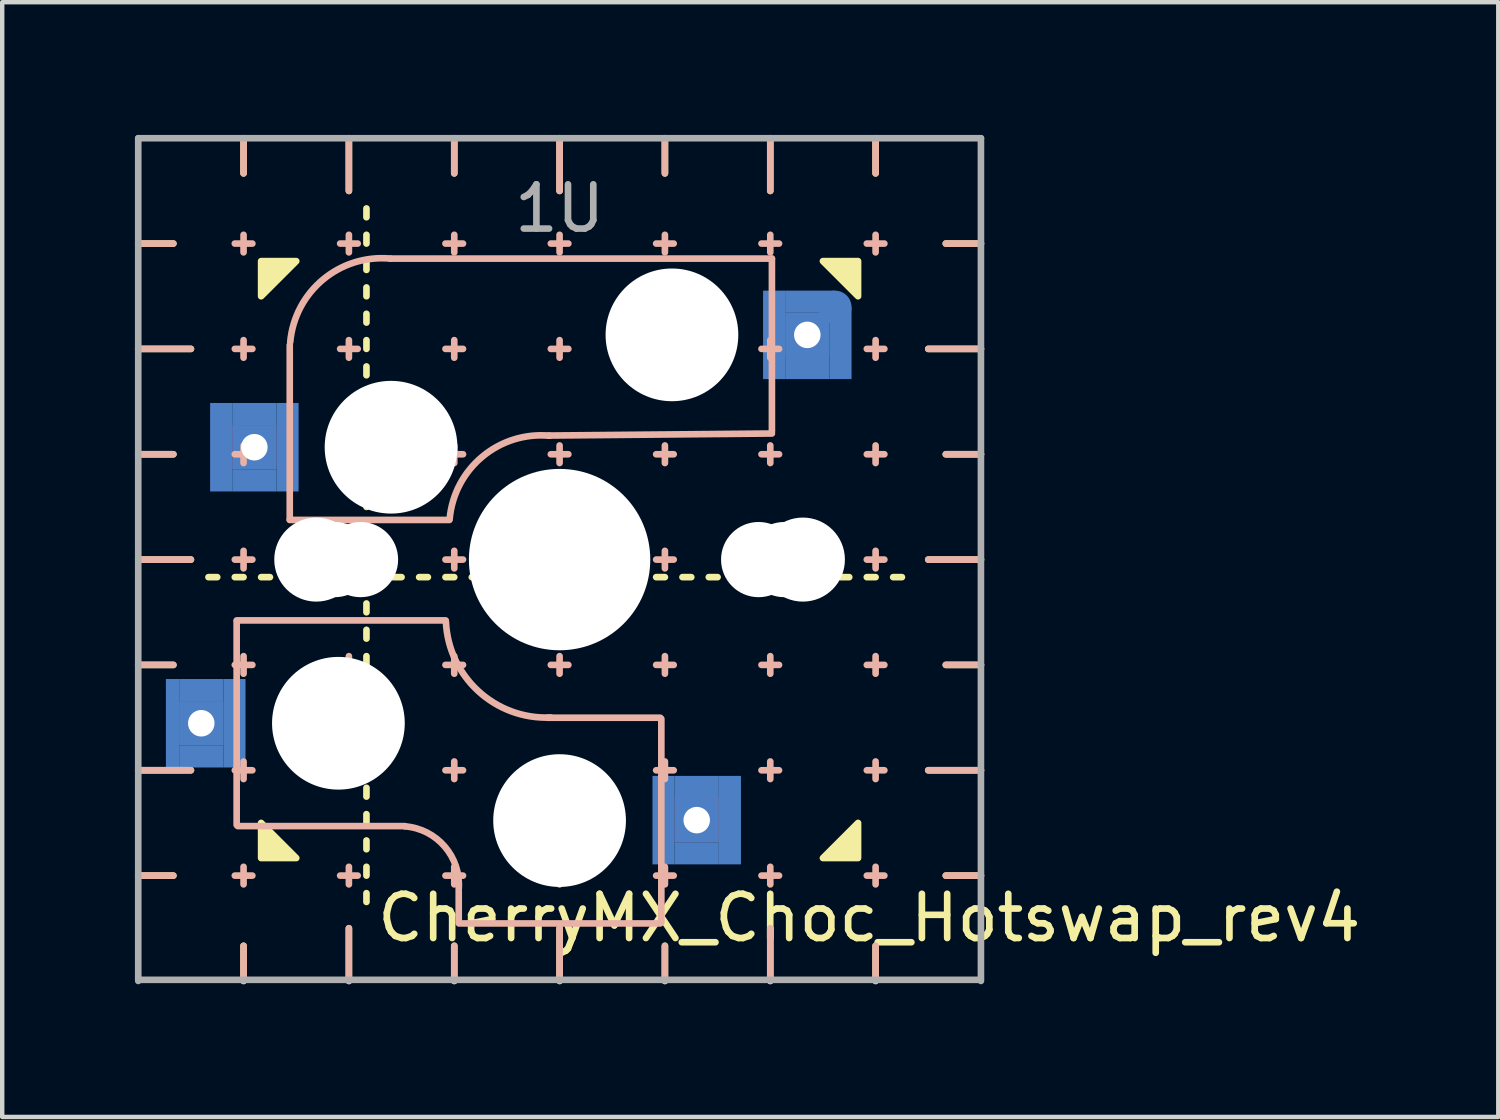
<source format=kicad_pcb>
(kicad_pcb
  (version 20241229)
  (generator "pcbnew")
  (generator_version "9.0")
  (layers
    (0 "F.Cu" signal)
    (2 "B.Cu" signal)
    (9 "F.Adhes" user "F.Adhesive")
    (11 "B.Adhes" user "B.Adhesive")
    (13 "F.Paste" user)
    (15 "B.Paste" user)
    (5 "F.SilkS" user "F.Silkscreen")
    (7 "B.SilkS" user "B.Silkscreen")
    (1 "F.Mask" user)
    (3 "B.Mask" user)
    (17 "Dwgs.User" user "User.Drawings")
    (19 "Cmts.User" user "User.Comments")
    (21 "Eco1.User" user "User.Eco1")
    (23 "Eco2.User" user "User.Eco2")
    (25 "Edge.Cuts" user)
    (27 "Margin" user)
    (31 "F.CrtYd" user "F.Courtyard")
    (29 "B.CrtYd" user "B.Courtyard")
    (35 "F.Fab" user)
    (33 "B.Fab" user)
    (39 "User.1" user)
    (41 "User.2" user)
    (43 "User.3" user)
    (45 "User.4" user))
  (footprint "CherryMX_Choc_Hotswap_rev4"
    (layer "F.Cu")
    (at 9.6 9.6)
    (property "Reference" "CherryMX_Choc_Hotswap_rev4" (at 7 8.1 0) (layer "F.SilkS") (effects (font (size 1 1) (thickness 0.15))))
    (attr through_hole)
    (fp_line (start -8.731 -7.144) (end -9.525 -7.144) (stroke (width 0.15) (type solid)) (layer "F.SilkS"))
    (fp_line (start -8.731 -2.381) (end -9.525 -2.381) (stroke (width 0.15) (type solid)) (layer "F.SilkS"))
    (fp_line (start -8.731 2.381) (end -9.525 2.381) (stroke (width 0.15) (type solid)) (layer "F.SilkS"))
    (fp_line (start -8.731 7.144) (end -9.525 7.144) (stroke (width 0.15) (type solid)) (layer "F.SilkS"))
    (fp_line (start -8.334 -4.763) (end -9.525 -4.763) (stroke (width 0.15) (type solid)) (layer "F.SilkS"))
    (fp_line (start -8.334 0) (end -9.525 0) (stroke (width 0.15) (type solid)) (layer "F.SilkS"))
    (fp_line (start -8.334 4.763) (end -9.525 4.763) (stroke (width 0.15) (type solid)) (layer "F.SilkS"))
    (fp_line (start -7.938 0.397) (end -7.739 0.397) (stroke (width 0.15) (type solid)) (layer "F.SilkS"))
    (fp_line (start -7.342 0.397) (end -7.144 0.397) (stroke (width 0.15) (type solid)) (layer "F.SilkS"))
    (fp_line (start -7.144 -8.731) (end -7.144 -9.525) (stroke (width 0.15) (type solid)) (layer "F.SilkS"))
    (fp_line (start -7.144 8.731) (end -7.144 9.525) (stroke (width 0.15) (type solid)) (layer "F.SilkS"))
    (fp_line (start -6.747 0.397) (end -6.548 0.397) (stroke (width 0.15) (type solid)) (layer "F.SilkS"))
    (fp_line (start -6.152 0.397) (end -5.953 0.397) (stroke (width 0.15) (type solid)) (layer "F.SilkS"))
    (fp_line (start -5.556 0.397) (end -5.358 0.397) (stroke (width 0.15) (type solid)) (layer "F.SilkS"))
    (fp_line (start -4.961 0.397) (end -4.763 0.397) (stroke (width 0.15) (type solid)) (layer "F.SilkS"))
    (fp_line (start -4.763 -8.334) (end -4.763 -9.525) (stroke (width 0.15) (type solid)) (layer "F.SilkS"))
    (fp_line (start -4.763 8.334) (end -4.763 9.525) (stroke (width 0.15) (type solid)) (layer "F.SilkS"))
    (fp_line (start -4.366 -7.938) (end -4.366 -7.739) (stroke (width 0.15) (type solid)) (layer "F.SilkS"))
    (fp_line (start -4.366 -7.342) (end -4.366 -7.144) (stroke (width 0.15) (type solid)) (layer "F.SilkS"))
    (fp_line (start -4.366 -6.747) (end -4.366 -6.548) (stroke (width 0.15) (type solid)) (layer "F.SilkS"))
    (fp_line (start -4.366 -6.152) (end -4.366 -5.953) (stroke (width 0.15) (type solid)) (layer "F.SilkS"))
    (fp_line (start -4.366 -5.556) (end -4.366 -5.358) (stroke (width 0.15) (type solid)) (layer "F.SilkS"))
    (fp_line (start -4.366 -4.961) (end -4.366 -4.763) (stroke (width 0.15) (type solid)) (layer "F.SilkS"))
    (fp_line (start -4.366 -4.366) (end -4.366 -4.167) (stroke (width 0.15) (type solid)) (layer "F.SilkS"))
    (fp_line (start -4.366 -3.77) (end -4.366 -3.572) (stroke (width 0.15) (type solid)) (layer "F.SilkS"))
    (fp_line (start -4.366 -3.175) (end -4.366 -2.977) (stroke (width 0.15) (type solid)) (layer "F.SilkS"))
    (fp_line (start -4.366 -2.58) (end -4.366 -2.381) (stroke (width 0.15) (type solid)) (layer "F.SilkS"))
    (fp_line (start -4.366 -1.984) (end -4.366 -1.786) (stroke (width 0.15) (type solid)) (layer "F.SilkS"))
    (fp_line (start -4.366 -1.389) (end -4.366 -1.191) (stroke (width 0.15) (type solid)) (layer "F.SilkS"))
    (fp_line (start -4.366 -0.794) (end -4.366 -0.595) (stroke (width 0.15) (type solid)) (layer "F.SilkS"))
    (fp_line (start -4.366 -0.198) (end -4.366 0) (stroke (width 0.15) (type solid)) (layer "F.SilkS"))
    (fp_line (start -4.366 0.397) (end -4.366 0.595) (stroke (width 0.15) (type solid)) (layer "F.SilkS"))
    (fp_line (start -4.366 0.397) (end -4.167 0.397) (stroke (width 0.15) (type solid)) (layer "F.SilkS"))
    (fp_line (start -4.366 0.992) (end -4.366 1.191) (stroke (width 0.15) (type solid)) (layer "F.SilkS"))
    (fp_line (start -4.366 1.588) (end -4.366 1.786) (stroke (width 0.15) (type solid)) (layer "F.SilkS"))
    (fp_line (start -4.366 2.183) (end -4.366 2.381) (stroke (width 0.15) (type solid)) (layer "F.SilkS"))
    (fp_line (start -4.366 2.778) (end -4.366 2.977) (stroke (width 0.15) (type solid)) (layer "F.SilkS"))
    (fp_line (start -4.366 3.373) (end -4.366 3.572) (stroke (width 0.15) (type solid)) (layer "F.SilkS"))
    (fp_line (start -4.366 3.969) (end -4.366 4.167) (stroke (width 0.15) (type solid)) (layer "F.SilkS"))
    (fp_line (start -4.366 4.564) (end -4.366 4.763) (stroke (width 0.15) (type solid)) (layer "F.SilkS"))
    (fp_line (start -4.366 5.159) (end -4.366 5.358) (stroke (width 0.15) (type solid)) (layer "F.SilkS"))
    (fp_line (start -4.366 5.755) (end -4.366 5.953) (stroke (width 0.15) (type solid)) (layer "F.SilkS"))
    (fp_line (start -4.366 6.35) (end -4.366 6.548) (stroke (width 0.15) (type solid)) (layer "F.SilkS"))
    (fp_line (start -4.366 6.945) (end -4.366 7.144) (stroke (width 0.15) (type solid)) (layer "F.SilkS"))
    (fp_line (start -4.366 7.541) (end -4.366 7.739) (stroke (width 0.15) (type solid)) (layer "F.SilkS"))
    (fp_line (start -3.77 0.397) (end -3.572 0.397) (stroke (width 0.15) (type solid)) (layer "F.SilkS"))
    (fp_line (start -3.175 0.397) (end -2.977 0.397) (stroke (width 0.15) (type solid)) (layer "F.SilkS"))
    (fp_line (start -2.58 0.397) (end -2.381 0.397) (stroke (width 0.15) (type solid)) (layer "F.SilkS"))
    (fp_line (start -2.381 -8.731) (end -2.381 -9.525) (stroke (width 0.15) (type solid)) (layer "F.SilkS"))
    (fp_line (start -2.381 8.731) (end -2.381 9.525) (stroke (width 0.15) (type solid)) (layer "F.SilkS"))
    (fp_line (start -1.984 0.397) (end -1.786 0.397) (stroke (width 0.15) (type solid)) (layer "F.SilkS"))
    (fp_line (start -1.389 0.397) (end -1.191 0.397) (stroke (width 0.15) (type solid)) (layer "F.SilkS"))
    (fp_line (start -0.794 0.397) (end -0.595 0.397) (stroke (width 0.15) (type solid)) (layer "F.SilkS"))
    (fp_line (start -0.198 0.397) (end 0 0.397) (stroke (width 0.15) (type solid)) (layer "F.SilkS"))
    (fp_line (start 0 -8.334) (end 0 -9.525) (stroke (width 0.15) (type solid)) (layer "F.SilkS"))
    (fp_line (start 0 8.334) (end 0 9.525) (stroke (width 0.15) (type solid)) (layer "F.SilkS"))
    (fp_line (start 0.397 0.397) (end 0.595 0.397) (stroke (width 0.15) (type solid)) (layer "F.SilkS"))
    (fp_line (start 0.992 0.397) (end 1.191 0.397) (stroke (width 0.15) (type solid)) (layer "F.SilkS"))
    (fp_line (start 1.588 0.397) (end 1.786 0.397) (stroke (width 0.15) (type solid)) (layer "F.SilkS"))
    (fp_line (start 2.183 0.397) (end 2.381 0.397) (stroke (width 0.15) (type solid)) (layer "F.SilkS"))
    (fp_line (start 2.381 -8.731) (end 2.381 -9.525) (stroke (width 0.15) (type solid)) (layer "F.SilkS"))
    (fp_line (start 2.381 8.731) (end 2.381 9.525) (stroke (width 0.15) (type solid)) (layer "F.SilkS"))
    (fp_line (start 2.778 0.397) (end 2.977 0.397) (stroke (width 0.15) (type solid)) (layer "F.SilkS"))
    (fp_line (start 3.373 0.397) (end 3.572 0.397) (stroke (width 0.15) (type solid)) (layer "F.SilkS"))
    (fp_line (start 3.969 0.397) (end 4.167 0.397) (stroke (width 0.15) (type solid)) (layer "F.SilkS"))
    (fp_line (start 4.564 0.397) (end 4.763 0.397) (stroke (width 0.15) (type solid)) (layer "F.SilkS"))
    (fp_line (start 4.763 -8.334) (end 4.763 -9.525) (stroke (width 0.15) (type solid)) (layer "F.SilkS"))
    (fp_line (start 4.763 8.334) (end 4.763 9.525) (stroke (width 0.15) (type solid)) (layer "F.SilkS"))
    (fp_line (start 5.159 0.397) (end 5.358 0.397) (stroke (width 0.15) (type solid)) (layer "F.SilkS"))
    (fp_line (start 5.755 0.397) (end 5.953 0.397) (stroke (width 0.15) (type solid)) (layer "F.SilkS"))
    (fp_line (start 6.35 0.397) (end 6.548 0.397) (stroke (width 0.15) (type solid)) (layer "F.SilkS"))
    (fp_line (start 6.945 0.397) (end 7.144 0.397) (stroke (width 0.15) (type solid)) (layer "F.SilkS"))
    (fp_line (start 7.144 -8.731) (end 7.144 -9.525) (stroke (width 0.15) (type solid)) (layer "F.SilkS"))
    (fp_line (start 7.144 8.731) (end 7.144 9.525) (stroke (width 0.15) (type solid)) (layer "F.SilkS"))
    (fp_line (start 7.541 0.397) (end 7.739 0.397) (stroke (width 0.15) (type solid)) (layer "F.SilkS"))
    (fp_line (start 8.334 -4.763) (end 9.525 -4.763) (stroke (width 0.15) (type solid)) (layer "F.SilkS"))
    (fp_line (start 8.334 0) (end 9.525 0) (stroke (width 0.15) (type solid)) (layer "F.SilkS"))
    (fp_line (start 8.334 4.763) (end 9.525 4.763) (stroke (width 0.15) (type solid)) (layer "F.SilkS"))
    (fp_line (start 8.731 -7.144) (end 9.525 -7.144) (stroke (width 0.15) (type solid)) (layer "F.SilkS"))
    (fp_line (start 8.731 -2.381) (end 9.525 -2.381) (stroke (width 0.15) (type solid)) (layer "F.SilkS"))
    (fp_line (start 8.731 2.381) (end 9.525 2.381) (stroke (width 0.15) (type solid)) (layer "F.SilkS"))
    (fp_line (start 8.731 7.144) (end 9.525 7.144) (stroke (width 0.15) (type solid)) (layer "F.SilkS"))
    (fp_poly (pts (xy -6.747 -5.953) (xy -5.953 -6.747) (xy -6.747 -6.747)) (stroke (width 0.15) (type solid)) (fill yes) (layer "F.SilkS"))
    (fp_poly (pts (xy -5.953 6.747) (xy -6.747 5.953) (xy -6.747 6.747)) (stroke (width 0.15) (type solid)) (fill yes) (layer "F.SilkS"))
    (fp_poly (pts (xy 5.953 -6.747) (xy 6.747 -5.953) (xy 6.747 -6.747)) (stroke (width 0.15) (type solid)) (fill yes) (layer "F.SilkS"))
    (fp_poly (pts (xy 6.747 5.953) (xy 5.953 6.747) (xy 6.747 6.747)) (stroke (width 0.15) (type solid)) (fill yes) (layer "F.SilkS"))
    (fp_line (start -8.731 -7.144) (end -9.525 -7.144) (stroke (width 0.15) (type solid)) (layer "B.SilkS"))
    (fp_line (start -8.731 -2.381) (end -9.525 -2.381) (stroke (width 0.15) (type solid)) (layer "B.SilkS"))
    (fp_line (start -8.731 2.381) (end -9.525 2.381) (stroke (width 0.15) (type solid)) (layer "B.SilkS"))
    (fp_line (start -8.731 7.144) (end -9.525 7.144) (stroke (width 0.15) (type solid)) (layer "B.SilkS"))
    (fp_line (start -8.334 -4.763) (end -9.525 -4.763) (stroke (width 0.15) (type solid)) (layer "B.SilkS"))
    (fp_line (start -8.334 0) (end -9.525 0) (stroke (width 0.15) (type solid)) (layer "B.SilkS"))
    (fp_line (start -8.334 4.763) (end -9.525 4.763) (stroke (width 0.15) (type solid)) (layer "B.SilkS"))
    (fp_line (start -7.342 -7.144) (end -6.945 -7.144) (stroke (width 0.15) (type solid)) (layer "B.SilkS"))
    (fp_line (start -7.342 -4.763) (end -6.945 -4.763) (stroke (width 0.15) (type solid)) (layer "B.SilkS"))
    (fp_line (start -7.342 -2.381) (end -6.945 -2.381) (stroke (width 0.15) (type solid)) (layer "B.SilkS"))
    (fp_line (start -7.342 0) (end -6.945 0) (stroke (width 0.15) (type solid)) (layer "B.SilkS"))
    (fp_line (start -7.342 2.381) (end -6.945 2.381) (stroke (width 0.15) (type solid)) (layer "B.SilkS"))
    (fp_line (start -7.342 4.763) (end -6.945 4.763) (stroke (width 0.15) (type solid)) (layer "B.SilkS"))
    (fp_line (start -7.342 7.144) (end -6.945 7.144) (stroke (width 0.15) (type solid)) (layer "B.SilkS"))
    (fp_line (start -7.3 1.4) (end -7.3 6) (stroke (width 0.15) (type solid)) (layer "B.SilkS"))
    (fp_line (start -7.144 -7.342) (end -7.144 -6.945) (stroke (width 0.15) (type solid)) (layer "B.SilkS"))
    (fp_line (start -7.144 -4.961) (end -7.144 -4.564) (stroke (width 0.15) (type solid)) (layer "B.SilkS"))
    (fp_line (start -7.144 -2.58) (end -7.144 -2.183) (stroke (width 0.15) (type solid)) (layer "B.SilkS"))
    (fp_line (start -7.144 -0.198) (end -7.144 0.198) (stroke (width 0.15) (type solid)) (layer "B.SilkS"))
    (fp_line (start -7.144 2.183) (end -7.144 2.58) (stroke (width 0.15) (type solid)) (layer "B.SilkS"))
    (fp_line (start -7.144 4.564) (end -7.144 4.961) (stroke (width 0.15) (type solid)) (layer "B.SilkS"))
    (fp_line (start -7.144 6.945) (end -7.144 7.342) (stroke (width 0.15) (type solid)) (layer "B.SilkS"))
    (fp_line (start -7.144 -8.731) (end -7.144 -9.525) (stroke (width 0.15) (type solid)) (layer "B.SilkS"))
    (fp_line (start -7.144 8.731) (end -7.144 9.525) (stroke (width 0.15) (type solid)) (layer "B.SilkS"))
    (fp_line (start -6.1 -4.85) (end -6.1 -0.905) (stroke (width 0.15) (type solid)) (layer "B.SilkS"))
    (fp_line (start -6.1 -0.896) (end -2.49 -0.896) (stroke (width 0.15) (type solid)) (layer "B.SilkS"))
    (fp_line (start -4.961 -7.144) (end -4.564 -7.144) (stroke (width 0.15) (type solid)) (layer "B.SilkS"))
    (fp_line (start -4.961 -4.763) (end -4.564 -4.763) (stroke (width 0.15) (type solid)) (layer "B.SilkS"))
    (fp_line (start -4.961 -2.381) (end -4.564 -2.381) (stroke (width 0.15) (type solid)) (layer "B.SilkS"))
    (fp_line (start -4.961 0) (end -4.564 0) (stroke (width 0.15) (type solid)) (layer "B.SilkS"))
    (fp_line (start -4.961 2.381) (end -4.564 2.381) (stroke (width 0.15) (type solid)) (layer "B.SilkS"))
    (fp_line (start -4.961 4.763) (end -4.564 4.763) (stroke (width 0.15) (type solid)) (layer "B.SilkS"))
    (fp_line (start -4.961 7.144) (end -4.564 7.144) (stroke (width 0.15) (type solid)) (layer "B.SilkS"))
    (fp_line (start -4.763 -7.342) (end -4.763 -6.945) (stroke (width 0.15) (type solid)) (layer "B.SilkS"))
    (fp_line (start -4.763 -4.961) (end -4.763 -4.564) (stroke (width 0.15) (type solid)) (layer "B.SilkS"))
    (fp_line (start -4.763 -2.58) (end -4.763 -2.183) (stroke (width 0.15) (type solid)) (layer "B.SilkS"))
    (fp_line (start -4.763 -0.198) (end -4.763 0.198) (stroke (width 0.15) (type solid)) (layer "B.SilkS"))
    (fp_line (start -4.763 2.183) (end -4.763 2.58) (stroke (width 0.15) (type solid)) (layer "B.SilkS"))
    (fp_line (start -4.763 4.564) (end -4.763 4.961) (stroke (width 0.15) (type solid)) (layer "B.SilkS"))
    (fp_line (start -4.763 6.945) (end -4.763 7.342) (stroke (width 0.15) (type solid)) (layer "B.SilkS"))
    (fp_line (start -4.763 -8.334) (end -4.763 -9.525) (stroke (width 0.15) (type solid)) (layer "B.SilkS"))
    (fp_line (start -4.763 8.334) (end -4.763 9.525) (stroke (width 0.15) (type solid)) (layer "B.SilkS"))
    (fp_line (start -3.5 6.025) (end -7.275 6.025) (stroke (width 0.15) (type solid)) (layer "B.SilkS"))
    (fp_line (start -2.58 -7.144) (end -2.183 -7.144) (stroke (width 0.15) (type solid)) (layer "B.SilkS"))
    (fp_line (start -2.58 -4.763) (end -2.183 -4.763) (stroke (width 0.15) (type solid)) (layer "B.SilkS"))
    (fp_line (start -2.58 -2.381) (end -2.183 -2.381) (stroke (width 0.15) (type solid)) (layer "B.SilkS"))
    (fp_line (start -2.58 0) (end -2.183 0) (stroke (width 0.15) (type solid)) (layer "B.SilkS"))
    (fp_line (start -2.58 2.381) (end -2.183 2.381) (stroke (width 0.15) (type solid)) (layer "B.SilkS"))
    (fp_line (start -2.58 4.763) (end -2.183 4.763) (stroke (width 0.15) (type solid)) (layer "B.SilkS"))
    (fp_line (start -2.58 7.144) (end -2.183 7.144) (stroke (width 0.15) (type solid)) (layer "B.SilkS"))
    (fp_line (start -2.575 1.375) (end -7.3 1.375) (stroke (width 0.15) (type solid)) (layer "B.SilkS"))
    (fp_line (start -2.381 -7.342) (end -2.381 -6.945) (stroke (width 0.15) (type solid)) (layer "B.SilkS"))
    (fp_line (start -2.381 -4.961) (end -2.381 -4.564) (stroke (width 0.15) (type solid)) (layer "B.SilkS"))
    (fp_line (start -2.381 -2.58) (end -2.381 -2.183) (stroke (width 0.15) (type solid)) (layer "B.SilkS"))
    (fp_line (start -2.381 -0.198) (end -2.381 0.198) (stroke (width 0.15) (type solid)) (layer "B.SilkS"))
    (fp_line (start -2.381 2.183) (end -2.381 2.58) (stroke (width 0.15) (type solid)) (layer "B.SilkS"))
    (fp_line (start -2.381 4.564) (end -2.381 4.961) (stroke (width 0.15) (type solid)) (layer "B.SilkS"))
    (fp_line (start -2.381 6.945) (end -2.381 7.342) (stroke (width 0.15) (type solid)) (layer "B.SilkS"))
    (fp_line (start -2.381 -8.731) (end -2.381 -9.525) (stroke (width 0.15) (type solid)) (layer "B.SilkS"))
    (fp_line (start -2.381 8.731) (end -2.381 9.525) (stroke (width 0.15) (type solid)) (layer "B.SilkS"))
    (fp_line (start -2.28 7.5) (end -2.28 8.2) (stroke (width 0.15) (type solid)) (layer "B.SilkS"))
    (fp_line (start -0.198 -7.144) (end 0.198 -7.144) (stroke (width 0.15) (type solid)) (layer "B.SilkS"))
    (fp_line (start -0.198 -4.763) (end 0.198 -4.763) (stroke (width 0.15) (type solid)) (layer "B.SilkS"))
    (fp_line (start -0.198 -2.381) (end 0.198 -2.381) (stroke (width 0.15) (type solid)) (layer "B.SilkS"))
    (fp_line (start -0.198 0) (end 0.198 0) (stroke (width 0.15) (type solid)) (layer "B.SilkS"))
    (fp_line (start -0.198 2.381) (end 0.198 2.381) (stroke (width 0.15) (type solid)) (layer "B.SilkS"))
    (fp_line (start -0.198 4.763) (end 0.198 4.763) (stroke (width 0.15) (type solid)) (layer "B.SilkS"))
    (fp_line (start -0.198 7.144) (end 0.198 7.144) (stroke (width 0.15) (type solid)) (layer "B.SilkS"))
    (fp_line (start 0 -8.334) (end 0 -9.525) (stroke (width 0.15) (type solid)) (layer "B.SilkS"))
    (fp_line (start 0 -7.342) (end 0 -6.945) (stroke (width 0.15) (type solid)) (layer "B.SilkS"))
    (fp_line (start 0 -4.961) (end 0 -4.564) (stroke (width 0.15) (type solid)) (layer "B.SilkS"))
    (fp_line (start 0 -2.58) (end 0 -2.183) (stroke (width 0.15) (type solid)) (layer "B.SilkS"))
    (fp_line (start 0 -0.198) (end 0 0.198) (stroke (width 0.15) (type solid)) (layer "B.SilkS"))
    (fp_line (start 0 2.183) (end 0 2.58) (stroke (width 0.15) (type solid)) (layer "B.SilkS"))
    (fp_line (start 0 4.564) (end 0 4.961) (stroke (width 0.15) (type solid)) (layer "B.SilkS"))
    (fp_line (start 0 6.945) (end 0 7.342) (stroke (width 0.15) (type solid)) (layer "B.SilkS"))
    (fp_line (start 0 8.334) (end 0 9.525) (stroke (width 0.15) (type solid)) (layer "B.SilkS"))
    (fp_line (start 2.183 -7.144) (end 2.58 -7.144) (stroke (width 0.15) (type solid)) (layer "B.SilkS"))
    (fp_line (start 2.183 -4.763) (end 2.58 -4.763) (stroke (width 0.15) (type solid)) (layer "B.SilkS"))
    (fp_line (start 2.183 -2.381) (end 2.58 -2.381) (stroke (width 0.15) (type solid)) (layer "B.SilkS"))
    (fp_line (start 2.183 0) (end 2.58 0) (stroke (width 0.15) (type solid)) (layer "B.SilkS"))
    (fp_line (start 2.183 2.381) (end 2.58 2.381) (stroke (width 0.15) (type solid)) (layer "B.SilkS"))
    (fp_line (start 2.183 4.763) (end 2.58 4.763) (stroke (width 0.15) (type solid)) (layer "B.SilkS"))
    (fp_line (start 2.183 7.144) (end 2.58 7.144) (stroke (width 0.15) (type solid)) (layer "B.SilkS"))
    (fp_line (start 2.275 3.575) (end -0.275 3.575) (stroke (width 0.15) (type solid)) (layer "B.SilkS"))
    (fp_line (start 2.275 8.225) (end -2.275 8.225) (stroke (width 0.15) (type solid)) (layer "B.SilkS"))
    (fp_line (start 2.3 3.6) (end 2.3 8.2) (stroke (width 0.15) (type solid)) (layer "B.SilkS"))
    (fp_line (start 2.381 -8.731) (end 2.381 -9.525) (stroke (width 0.15) (type solid)) (layer "B.SilkS"))
    (fp_line (start 2.381 8.731) (end 2.381 9.525) (stroke (width 0.15) (type solid)) (layer "B.SilkS"))
    (fp_line (start 2.381 -7.342) (end 2.381 -6.945) (stroke (width 0.15) (type solid)) (layer "B.SilkS"))
    (fp_line (start 2.381 -4.961) (end 2.381 -4.564) (stroke (width 0.15) (type solid)) (layer "B.SilkS"))
    (fp_line (start 2.381 -2.58) (end 2.381 -2.183) (stroke (width 0.15) (type solid)) (layer "B.SilkS"))
    (fp_line (start 2.381 -0.198) (end 2.381 0.198) (stroke (width 0.15) (type solid)) (layer "B.SilkS"))
    (fp_line (start 2.381 2.183) (end 2.381 2.58) (stroke (width 0.15) (type solid)) (layer "B.SilkS"))
    (fp_line (start 2.381 4.564) (end 2.381 4.961) (stroke (width 0.15) (type solid)) (layer "B.SilkS"))
    (fp_line (start 2.381 6.945) (end 2.381 7.342) (stroke (width 0.15) (type solid)) (layer "B.SilkS"))
    (fp_line (start 4.564 -7.144) (end 4.961 -7.144) (stroke (width 0.15) (type solid)) (layer "B.SilkS"))
    (fp_line (start 4.564 -4.763) (end 4.961 -4.763) (stroke (width 0.15) (type solid)) (layer "B.SilkS"))
    (fp_line (start 4.564 -2.381) (end 4.961 -2.381) (stroke (width 0.15) (type solid)) (layer "B.SilkS"))
    (fp_line (start 4.564 0) (end 4.961 0) (stroke (width 0.15) (type solid)) (layer "B.SilkS"))
    (fp_line (start 4.564 2.381) (end 4.961 2.381) (stroke (width 0.15) (type solid)) (layer "B.SilkS"))
    (fp_line (start 4.564 4.763) (end 4.961 4.763) (stroke (width 0.15) (type solid)) (layer "B.SilkS"))
    (fp_line (start 4.564 7.144) (end 4.961 7.144) (stroke (width 0.15) (type solid)) (layer "B.SilkS"))
    (fp_line (start 4.763 -8.334) (end 4.763 -9.525) (stroke (width 0.15) (type solid)) (layer "B.SilkS"))
    (fp_line (start 4.763 8.334) (end 4.763 9.525) (stroke (width 0.15) (type solid)) (layer "B.SilkS"))
    (fp_line (start 4.763 -7.342) (end 4.763 -6.945) (stroke (width 0.15) (type solid)) (layer "B.SilkS"))
    (fp_line (start 4.763 -4.961) (end 4.763 -4.564) (stroke (width 0.15) (type solid)) (layer "B.SilkS"))
    (fp_line (start 4.763 -2.58) (end 4.763 -2.183) (stroke (width 0.15) (type solid)) (layer "B.SilkS"))
    (fp_line (start 4.763 -0.198) (end 4.763 0.198) (stroke (width 0.15) (type solid)) (layer "B.SilkS"))
    (fp_line (start 4.763 2.183) (end 4.763 2.58) (stroke (width 0.15) (type solid)) (layer "B.SilkS"))
    (fp_line (start 4.763 4.564) (end 4.763 4.961) (stroke (width 0.15) (type solid)) (layer "B.SilkS"))
    (fp_line (start 4.763 6.945) (end 4.763 7.342) (stroke (width 0.15) (type solid)) (layer "B.SilkS"))
    (fp_line (start 4.8 -6.804) (end -3.825 -6.804) (stroke (width 0.15) (type solid)) (layer "B.SilkS"))
    (fp_line (start 4.8 -2.896) (end 4.8 -6.804) (stroke (width 0.15) (type solid)) (layer "B.SilkS"))
    (fp_line (start 4.8 -2.85) (end -0.25 -2.804) (stroke (width 0.15) (type solid)) (layer "B.SilkS"))
    (fp_line (start 6.945 -7.144) (end 7.342 -7.144) (stroke (width 0.15) (type solid)) (layer "B.SilkS"))
    (fp_line (start 6.945 -4.763) (end 7.342 -4.763) (stroke (width 0.15) (type solid)) (layer "B.SilkS"))
    (fp_line (start 6.945 -2.381) (end 7.342 -2.381) (stroke (width 0.15) (type solid)) (layer "B.SilkS"))
    (fp_line (start 6.945 0) (end 7.342 0) (stroke (width 0.15) (type solid)) (layer "B.SilkS"))
    (fp_line (start 6.945 2.381) (end 7.342 2.381) (stroke (width 0.15) (type solid)) (layer "B.SilkS"))
    (fp_line (start 6.945 4.763) (end 7.342 4.763) (stroke (width 0.15) (type solid)) (layer "B.SilkS"))
    (fp_line (start 6.945 7.144) (end 7.342 7.144) (stroke (width 0.15) (type solid)) (layer "B.SilkS"))
    (fp_line (start 7.144 -8.731) (end 7.144 -9.525) (stroke (width 0.15) (type solid)) (layer "B.SilkS"))
    (fp_line (start 7.144 8.731) (end 7.144 9.525) (stroke (width 0.15) (type solid)) (layer "B.SilkS"))
    (fp_line (start 7.144 -7.342) (end 7.144 -6.945) (stroke (width 0.15) (type solid)) (layer "B.SilkS"))
    (fp_line (start 7.144 -4.961) (end 7.144 -4.564) (stroke (width 0.15) (type solid)) (layer "B.SilkS"))
    (fp_line (start 7.144 -2.58) (end 7.144 -2.183) (stroke (width 0.15) (type solid)) (layer "B.SilkS"))
    (fp_line (start 7.144 -0.198) (end 7.144 0.198) (stroke (width 0.15) (type solid)) (layer "B.SilkS"))
    (fp_line (start 7.144 2.183) (end 7.144 2.58) (stroke (width 0.15) (type solid)) (layer "B.SilkS"))
    (fp_line (start 7.144 4.564) (end 7.144 4.961) (stroke (width 0.15) (type solid)) (layer "B.SilkS"))
    (fp_line (start 7.144 6.945) (end 7.144 7.342) (stroke (width 0.15) (type solid)) (layer "B.SilkS"))
    (fp_line (start 8.334 -4.763) (end 9.525 -4.763) (stroke (width 0.15) (type solid)) (layer "B.SilkS"))
    (fp_line (start 8.334 0) (end 9.525 0) (stroke (width 0.15) (type solid)) (layer "B.SilkS"))
    (fp_line (start 8.334 4.763) (end 9.525 4.763) (stroke (width 0.15) (type solid)) (layer "B.SilkS"))
    (fp_line (start 8.731 -7.144) (end 9.525 -7.144) (stroke (width 0.15) (type solid)) (layer "B.SilkS"))
    (fp_line (start 8.731 -2.381) (end 9.525 -2.381) (stroke (width 0.15) (type solid)) (layer "B.SilkS"))
    (fp_line (start 8.731 2.381) (end 9.525 2.381) (stroke (width 0.15) (type solid)) (layer "B.SilkS"))
    (fp_line (start 8.731 7.144) (end 9.525 7.144) (stroke (width 0.15) (type solid)) (layer "B.SilkS"))
    (fp_arc (start -6.089 -4.92) (mid -5.347189 -6.33089) (end -3.825 -6.804) (stroke (width 0.15) (type solid)) (layer "B.SilkS"))
    (fp_arc (start -3.5 6.03) (mid -2.595908 6.48733) (end -2.28 7.45) (stroke (width 0.15) (type solid)) (layer "B.SilkS"))
    (fp_arc (start -2.485 -0.92) (mid -1.744361 -2.328061) (end -0.225 -2.8) (stroke (width 0.15) (type solid)) (layer "B.SilkS"))
    (fp_arc (start -0.2 3.57) (mid -1.834422 2.975843) (end -2.57 1.4) (stroke (width 0.15) (type solid)) (layer "B.SilkS"))
    (fp_line (start -9.525 -9.525) (end 9.525 -9.525) (stroke (width 0.15) (type solid)) (layer "F.Fab"))
    (fp_line (start -9.525 9.525) (end -9.525 -9.525) (stroke (width 0.15) (type solid)) (layer "F.Fab"))
    (fp_line (start 9.5 9.5) (end -9.5 9.5) (stroke (width 0.15) (type solid)) (layer "F.Fab"))
    (fp_line (start 9.525 -9.525) (end 9.525 9.525) (stroke (width 0.15) (type solid)) (layer "F.Fab"))
    (fp_text user "1U" (at 0 -7.938 0) (layer "F.Fab") (effects (font (size 1 1) (thickness 0.15))))
    (pad "" np_thru_hole circle (at -5.5 0 90) (size 1.9 1.9) (drill 1.9) (layers "*.Cu" "*.Mask"))
    (pad "" np_thru_hole circle (at -5.08 0) (size 1.7 1.7) (drill 1.7) (layers "*.Cu" "*.Mask"))
    (pad "" np_thru_hole circle (at -5 3.7 90) (size 3 3) (drill 3) (layers "*.Cu" "*.Mask"))
    (pad "" np_thru_hole circle (at -4.5 0) (size 1.7 1.7) (drill 1.7) (layers "*.Cu" "*.Mask"))
    (pad "" np_thru_hole circle (at -3.81 -2.54 180) (size 3 3) (drill 3) (layers "*.Cu" "*.Mask"))
    (pad "" np_thru_hole circle (at 0 0 90) (size 4.1 4.1) (drill 4.1) (layers "*.Cu" "*.Mask"))
    (pad "" np_thru_hole circle (at 0 5.9 90) (size 3 3) (drill 3) (layers "*.Cu" "*.Mask"))
    (pad "" np_thru_hole circle (at 2.54 -5.08 180) (size 3 3) (drill 3) (layers "*.Cu" "*.Mask"))
    (pad "" np_thru_hole circle (at 4.5 0) (size 1.7 1.7) (drill 1.7) (layers "*.Cu" "*.Mask"))
    (pad "" np_thru_hole circle (at 5.08 0) (size 1.7 1.7) (drill 1.7) (layers "*.Cu" "*.Mask"))
    (pad "" np_thru_hole circle (at 5.5 0 90) (size 1.9 1.9) (drill 1.9) (layers "*.Cu" "*.Mask"))
    (pad "1" smd rect (at -8.75 3.7 180) (size 0.3 2) (layers "B.Cu" "B.Mask" "B.Paste"))
    (pad "1" smd rect (at -8.1 2.95 180) (size 1 0.5) (layers "B.Cu" "B.Mask" "B.Paste"))
    (pad "1" thru_hole rect (at -8.1 3.7) (size 1 1) (drill 0.6) (layers "*.Cu" "B.Mask"))
    (pad "1" smd rect (at -8.1 4.45 180) (size 1 0.5) (layers "B.Cu" "B.Mask" "B.Paste"))
    (pad "1" smd rect (at -7.65 -2.54 180) (size 0.5 2) (layers "B.Cu" "B.Mask" "B.Paste"))
    (pad "1" smd rect (at -7.35 3.7 180) (size 0.5 2) (layers "B.Cu" "B.Mask" "B.Paste"))
    (pad "1" smd rect (at -6.9 -3.29 180) (size 1 0.5) (layers "B.Cu" "B.Mask" "B.Paste"))
    (pad "1" thru_hole rect (at -6.9 -2.54) (size 1 1) (drill 0.6) (layers "*.Cu" "B.Mask"))
    (pad "1" smd rect (at -6.9 -1.79 180) (size 1 0.5) (layers "B.Cu" "B.Mask" "B.Paste"))
    (pad "1" smd rect (at -6.15 -2.54 180) (size 0.5 2) (layers "B.Cu" "B.Mask" "B.Paste"))
    (pad "2" smd rect (at 2.35 5.89 180) (size 0.5 2) (layers "B.Cu" "B.Mask" "B.Paste"))
    (pad "2" smd rect (at 3.1 5.14 180) (size 1 0.5) (layers "B.Cu" "B.Mask" "B.Paste"))
    (pad "2" thru_hole rect (at 3.1 5.89) (size 1 1) (drill 0.6) (layers "*.Cu" "B.Mask"))
    (pad "2" smd rect (at 3.1 6.64 180) (size 1 0.5) (layers "B.Cu" "B.Mask" "B.Paste"))
    (pad "2" smd rect (at 3.85 5.89 180) (size 0.5 2) (layers "B.Cu" "B.Mask" "B.Paste"))
    (pad "2" smd rect (at 4.85 -5.08 180) (size 0.5 2) (layers "B.Cu" "B.Mask" "B.Paste"))
    (pad "2" thru_hole rect (at 5.6 -5.08) (size 1 1) (drill 0.6) (layers "*.Cu" "B.Mask"))
    (pad "2" smd rect (at 5.6 -4.33 180) (size 1 0.5) (layers "B.Cu" "B.Mask" "B.Paste"))
    (pad "2" smd rect (at 5.661 -5.83 180) (size 1.125 0.5) (layers "B.Cu" "B.Mask" "B.Paste"))
    (pad "2" smd circle (at 6.225 -5.705 180) (size 0.75 0.75) (layers "B.Cu" "B.Mask" "B.Paste"))
    (pad "2" smd rect (at 6.35 -4.893 180) (size 0.5 1.625) (layers "B.Cu" "B.Mask" "B.Paste")))
  (gr_rect
    (start -3 -3)
    (end 30.82 22.2)
    (stroke (width 0.1) (type default))
    (fill no)
    (layer "Edge.Cuts")))
</source>
